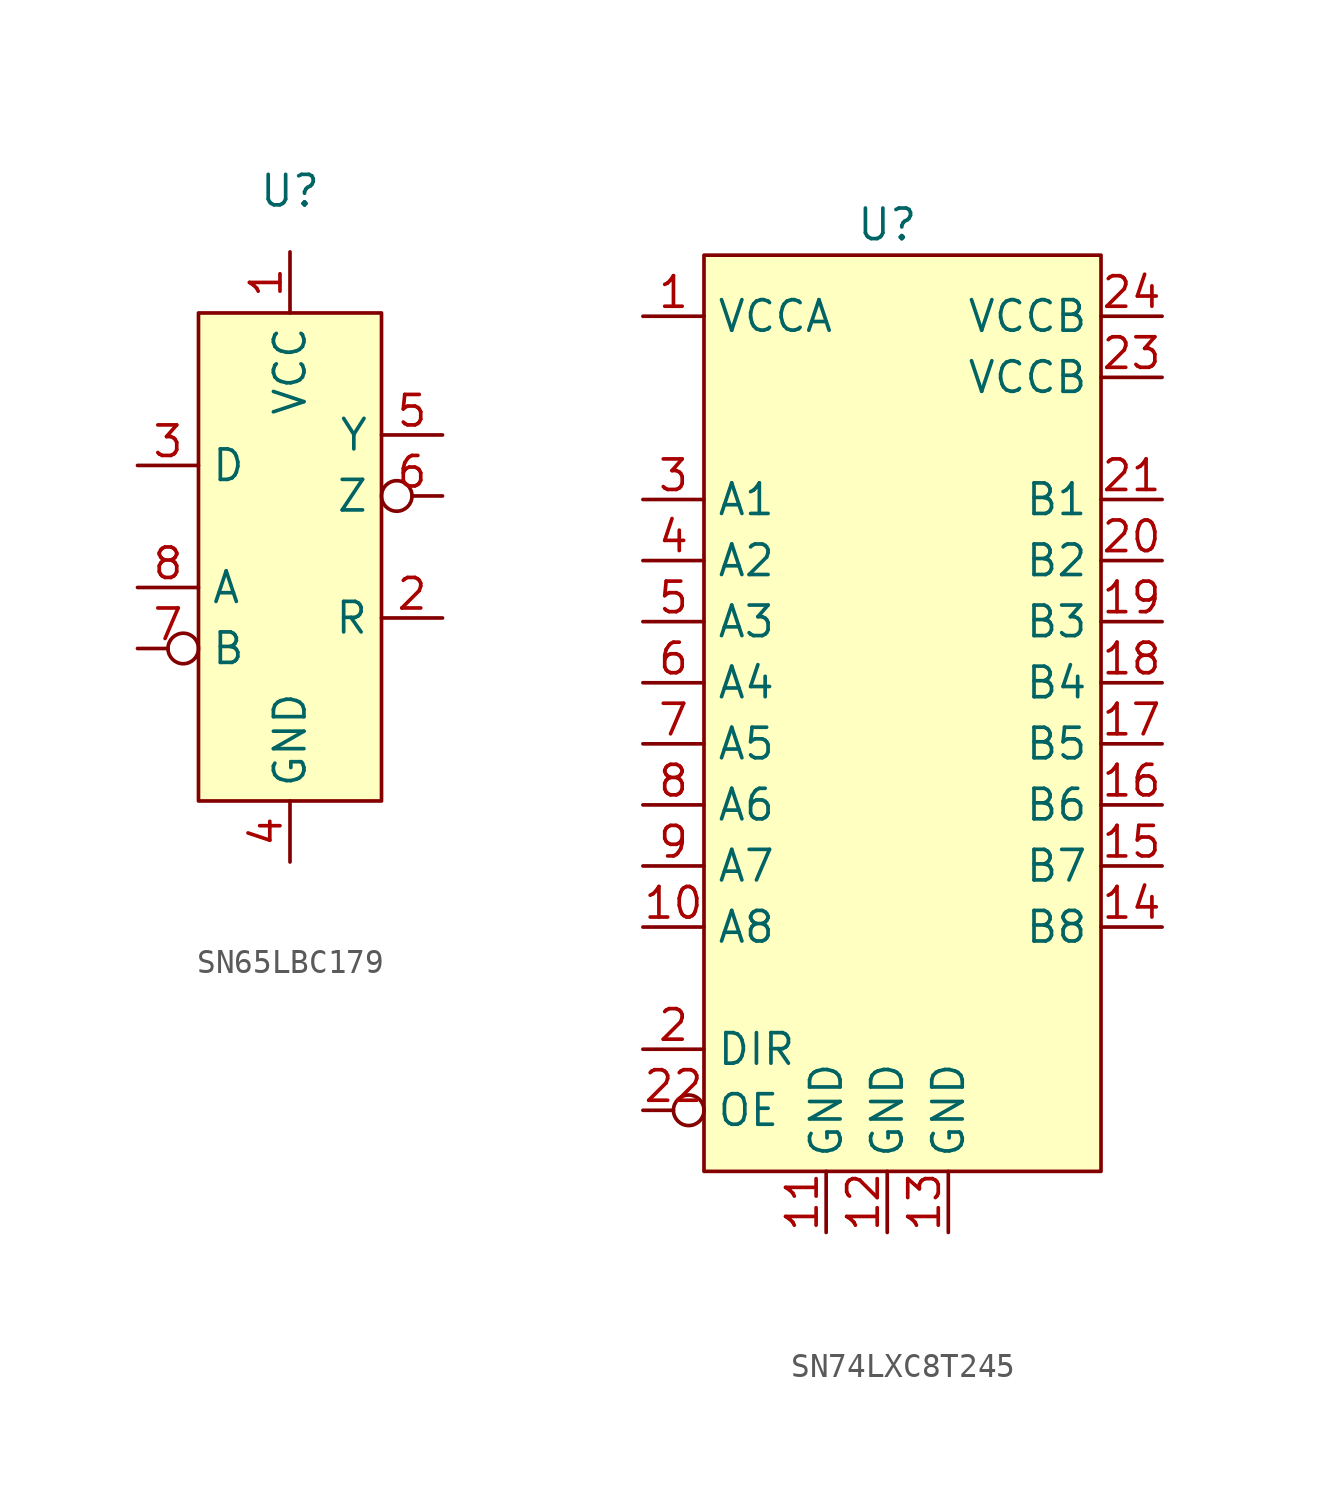
<source format=kicad_sym>
(kicad_symbol_lib
  (version 20220914)
  (generator kicad_symbol_editor)
  (symbol "SN65LBC179"
    (property "Reference" "U"
      (at 0 0 0)
      (effects (font (size 1.27 1.27))))
    (property "Value" ""
      (at 0 0 0)
      (effects (font (size 1.27 1.27))))
    (symbol "SN65LBC179_1_1"
      (rectangle (start -3.81 -5.08) (end 3.81 -25.4) (stroke (width 0) (type default)) (fill (type background)))
      (pin power_in line (at 0 -2.54 270) (length 2.54) (name "VCC" (effects (font (size 1.27 1.27)))) (number "1" (effects (font (size 1.27 1.27)))))
      (pin output line (at 6.35 -17.78 180) (length 2.54) (name "R" (effects (font (size 1.27 1.27)))) (number "2" (effects (font (size 1.27 1.27)))))
      (pin input line (at -6.35 -11.43 0) (length 2.54) (name "D" (effects (font (size 1.27 1.27)))) (number "3" (effects (font (size 1.27 1.27)))))
      (pin power_in line (at 0 -27.94 90) (length 2.54) (name "GND" (effects (font (size 1.27 1.27)))) (number "4" (effects (font (size 1.27 1.27)))))
      (pin output line (at 6.35 -10.16 180) (length 2.54) (name "Y" (effects (font (size 1.27 1.27)))) (number "5" (effects (font (size 1.27 1.27)))))
      (pin output inverted (at 6.35 -12.7 180) (length 2.54) (name "Z" (effects (font (size 1.27 1.27)))) (number "6" (effects (font (size 1.27 1.27)))))
      (pin input inverted (at -6.35 -19.05 0) (length 2.54) (name "B" (effects (font (size 1.27 1.27)))) (number "7" (effects (font (size 1.27 1.27)))))
      (pin input line (at -6.35 -16.51 0) (length 2.54) (name "A" (effects (font (size 1.27 1.27)))) (number "8" (effects (font (size 1.27 1.27)))))))
  (symbol "SN74LXC8T245"
    (property "Reference" "U"
      (at 0 0 0)
      (effects (font (size 1.27 1.27))))
    (property "Value" ""
      (at 0 0 0)
      (effects (font (size 1.27 1.27))))
    (symbol "SN74LXC8T245_1_1"
      (rectangle (start -7.62 -1.27) (end 8.89 -39.37) (stroke (width 0) (type default)) (fill (type background)))
      (pin power_in line (at -10.16 -3.81 0) (length 2.54) (name "VCCA" (effects (font (size 1.27 1.27)))) (number "1" (effects (font (size 1.27 1.27)))))
      (pin bidirectional line (at -10.16 -29.21 0) (length 2.54) (name "A8" (effects (font (size 1.27 1.27)))) (number "10" (effects (font (size 1.27 1.27)))))
      (pin power_in line (at -2.54 -41.91 90) (length 2.54) (name "GND" (effects (font (size 1.27 1.27)))) (number "11" (effects (font (size 1.27 1.27)))))
      (pin power_in line (at 0 -41.91 90) (length 2.54) (name "GND" (effects (font (size 1.27 1.27)))) (number "12" (effects (font (size 1.27 1.27)))))
      (pin power_in line (at 2.54 -41.91 90) (length 2.54) (name "GND" (effects (font (size 1.27 1.27)))) (number "13" (effects (font (size 1.27 1.27)))))
      (pin bidirectional line (at 11.43 -29.21 180) (length 2.54) (name "B8" (effects (font (size 1.27 1.27)))) (number "14" (effects (font (size 1.27 1.27)))))
      (pin bidirectional line (at 11.43 -26.67 180) (length 2.54) (name "B7" (effects (font (size 1.27 1.27)))) (number "15" (effects (font (size 1.27 1.27)))))
      (pin bidirectional line (at 11.43 -24.13 180) (length 2.54) (name "B6" (effects (font (size 1.27 1.27)))) (number "16" (effects (font (size 1.27 1.27)))))
      (pin bidirectional line (at 11.43 -21.59 180) (length 2.54) (name "B5" (effects (font (size 1.27 1.27)))) (number "17" (effects (font (size 1.27 1.27)))))
      (pin bidirectional line (at 11.43 -19.05 180) (length 2.54) (name "B4" (effects (font (size 1.27 1.27)))) (number "18" (effects (font (size 1.27 1.27)))))
      (pin bidirectional line (at 11.43 -16.51 180) (length 2.54) (name "B3" (effects (font (size 1.27 1.27)))) (number "19" (effects (font (size 1.27 1.27)))))
      (pin input line (at -10.16 -34.29 0) (length 2.54) (name "DIR" (effects (font (size 1.27 1.27)))) (number "2" (effects (font (size 1.27 1.27)))))
      (pin bidirectional line (at 11.43 -13.97 180) (length 2.54) (name "B2" (effects (font (size 1.27 1.27)))) (number "20" (effects (font (size 1.27 1.27)))))
      (pin bidirectional line (at 11.43 -11.43 180) (length 2.54) (name "B1" (effects (font (size 1.27 1.27)))) (number "21" (effects (font (size 1.27 1.27)))))
      (pin input inverted (at -10.16 -36.83 0) (length 2.54) (name "OE" (effects (font (size 1.27 1.27)))) (number "22" (effects (font (size 1.27 1.27)))))
      (pin power_in line (at 11.43 -6.35 180) (length 2.54) (name "VCCB" (effects (font (size 1.27 1.27)))) (number "23" (effects (font (size 1.27 1.27)))))
      (pin power_in line (at 11.43 -3.81 180) (length 2.54) (name "VCCB" (effects (font (size 1.27 1.27)))) (number "24" (effects (font (size 1.27 1.27)))))
      (pin bidirectional line (at -10.16 -11.43 0) (length 2.54) (name "A1" (effects (font (size 1.27 1.27)))) (number "3" (effects (font (size 1.27 1.27)))))
      (pin bidirectional line (at -10.16 -13.97 0) (length 2.54) (name "A2" (effects (font (size 1.27 1.27)))) (number "4" (effects (font (size 1.27 1.27)))))
      (pin bidirectional line (at -10.16 -16.51 0) (length 2.54) (name "A3" (effects (font (size 1.27 1.27)))) (number "5" (effects (font (size 1.27 1.27)))))
      (pin bidirectional line (at -10.16 -19.05 0) (length 2.54) (name "A4" (effects (font (size 1.27 1.27)))) (number "6" (effects (font (size 1.27 1.27)))))
      (pin bidirectional line (at -10.16 -21.59 0) (length 2.54) (name "A5" (effects (font (size 1.27 1.27)))) (number "7" (effects (font (size 1.27 1.27)))))
      (pin bidirectional line (at -10.16 -24.13 0) (length 2.54) (name "A6" (effects (font (size 1.27 1.27)))) (number "8" (effects (font (size 1.27 1.27)))))
      (pin bidirectional line (at -10.16 -26.67 0) (length 2.54) (name "A7" (effects (font (size 1.27 1.27)))) (number "9" (effects (font (size 1.27 1.27))))))))
</source>
